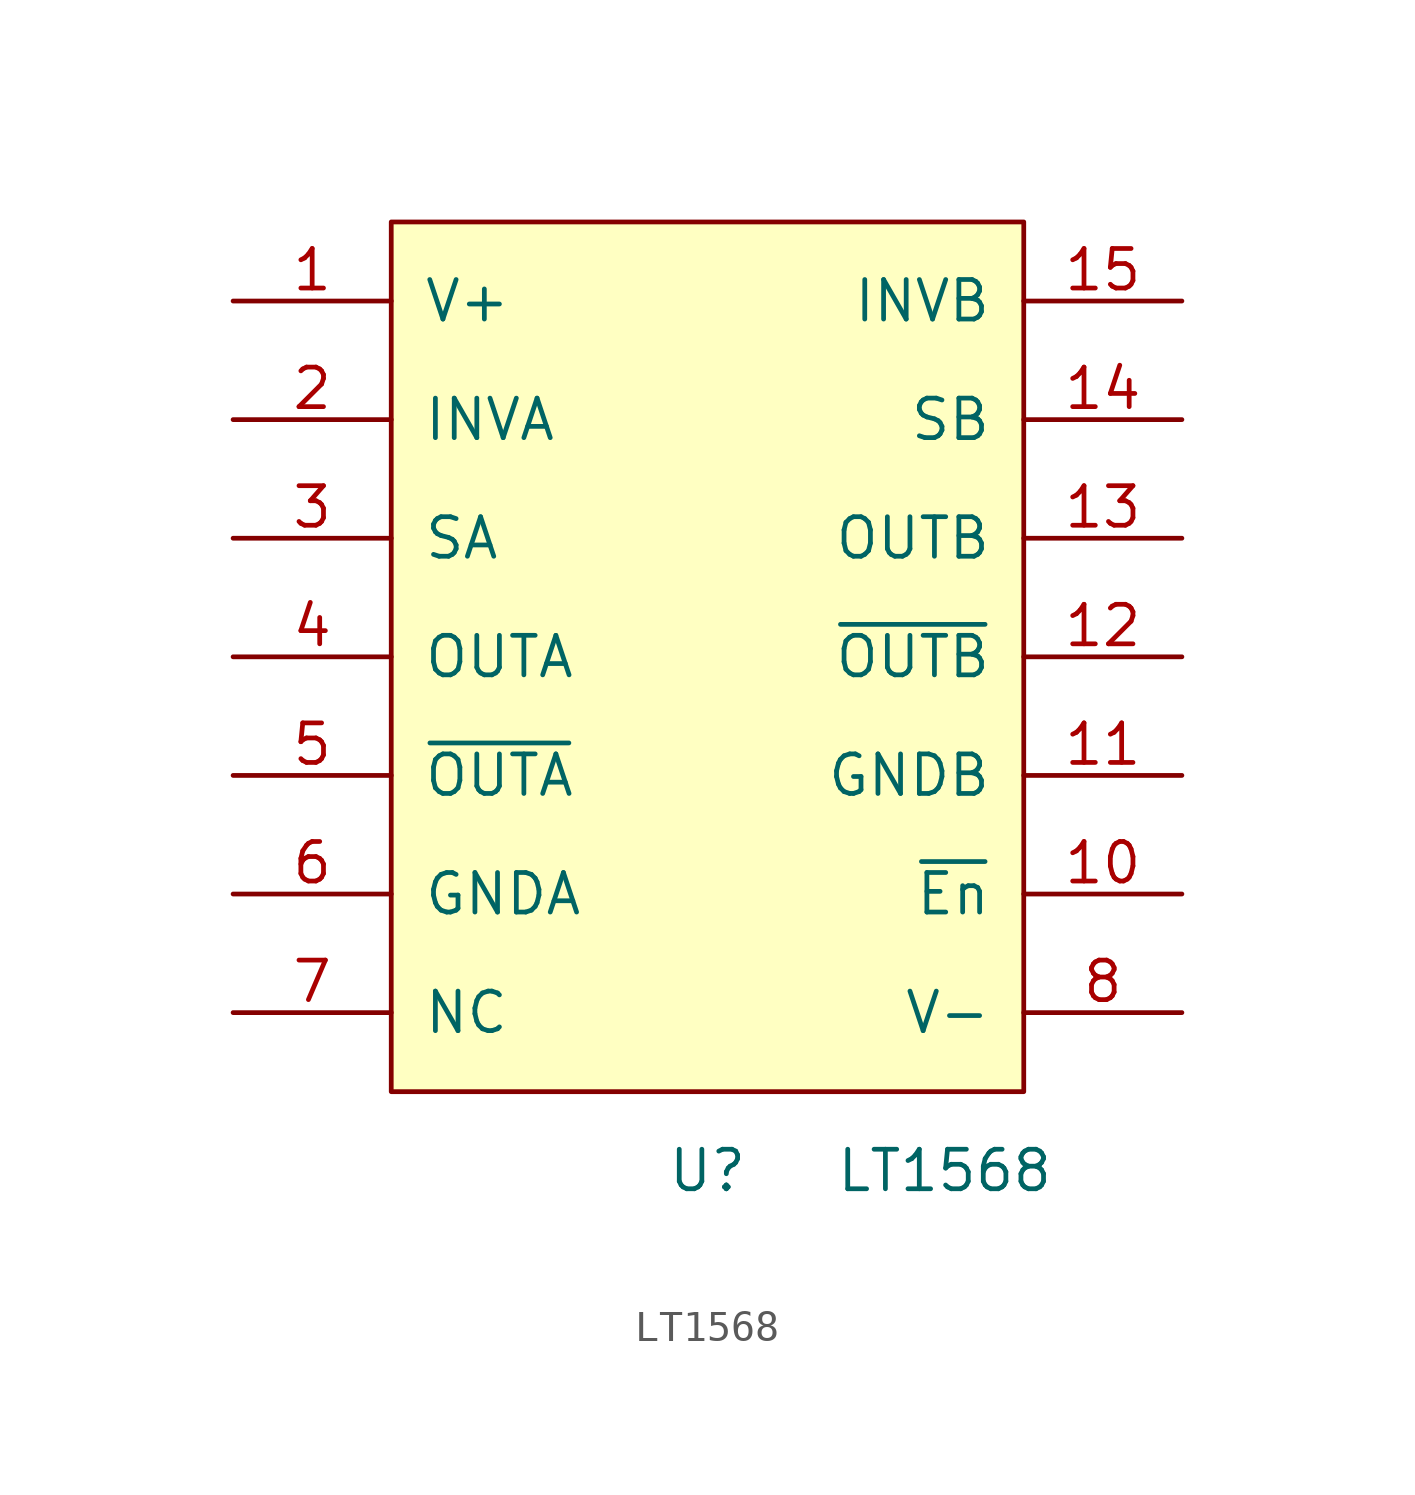
<source format=kicad_sym>
(kicad_symbol_lib
  (version 20220914)
  (generator kicad_symbol_editor)
  (symbol "LT1568"
    (pin_names
      (offset 1.016))
    (property "Reference" "U"
      (at 0 0 0)
      (effects (font (size 1.27 1.27))))
    (property "Value" "LT1568"
      (at 7.62 0 0)
      (effects (font (size 1.27 1.27))))
    (symbol "LT1568_1_1"
      (rectangle (start -10.16 30.48) (end 10.16 2.54) (stroke (width 0) (type solid)) (fill (type background)))
      (pin power_in line (at -15.24 27.94 0) (length 5.08) (name "V+" (effects (font (size 1.27 1.27)))) (number "1" (effects (font (size 1.27 1.27)))))
      (pin passive line (at 15.24 8.89 180) (length 5.08) (name "~{En}" (effects (font (size 1.27 1.27)))) (number "10" (effects (font (size 1.27 1.27)))))
      (pin passive line (at 15.24 12.7 180) (length 5.08) (name "GNDB" (effects (font (size 1.27 1.27)))) (number "11" (effects (font (size 1.27 1.27)))))
      (pin output line (at 15.24 16.51 180) (length 5.08) (name "~{OUTB}" (effects (font (size 1.27 1.27)))) (number "12" (effects (font (size 1.27 1.27)))))
      (pin output line (at 15.24 20.32 180) (length 5.08) (name "OUTB" (effects (font (size 1.27 1.27)))) (number "13" (effects (font (size 1.27 1.27)))))
      (pin passive line (at 15.24 24.13 180) (length 5.08) (name "SB" (effects (font (size 1.27 1.27)))) (number "14" (effects (font (size 1.27 1.27)))))
      (pin input line (at 15.24 27.94 180) (length 5.08) (name "INVB" (effects (font (size 1.27 1.27)))) (number "15" (effects (font (size 1.27 1.27)))))
      (pin power_in line (at -15.24 27.94 0) (length 5.08) hide (name "V+" (effects (font (size 1.27 1.27)))) (number "16" (effects (font (size 1.27 1.27)))))
      (pin input line (at -15.24 24.13 0) (length 5.08) (name "INVA" (effects (font (size 1.27 1.27)))) (number "2" (effects (font (size 1.27 1.27)))))
      (pin passive line (at -15.24 20.32 0) (length 5.08) (name "SA" (effects (font (size 1.27 1.27)))) (number "3" (effects (font (size 1.27 1.27)))))
      (pin output line (at -15.24 16.51 0) (length 5.08) (name "OUTA" (effects (font (size 1.27 1.27)))) (number "4" (effects (font (size 1.27 1.27)))))
      (pin output line (at -15.24 12.7 0) (length 5.08) (name "~{OUTA}" (effects (font (size 1.27 1.27)))) (number "5" (effects (font (size 1.27 1.27)))))
      (pin passive line (at -15.24 8.89 0) (length 5.08) (name "GNDA" (effects (font (size 1.27 1.27)))) (number "6" (effects (font (size 1.27 1.27)))))
      (pin passive line (at -15.24 5.08 0) (length 5.08) (name "NC" (effects (font (size 1.27 1.27)))) (number "7" (effects (font (size 1.27 1.27)))))
      (pin power_in line (at 15.24 5.08 180) (length 5.08) (name "V-" (effects (font (size 1.27 1.27)))) (number "8" (effects (font (size 1.27 1.27)))))
      (pin power_in line (at 15.24 5.08 180) (length 5.08) hide (name "V-" (effects (font (size 1.27 1.27)))) (number "9" (effects (font (size 1.27 1.27))))))))
</source>
